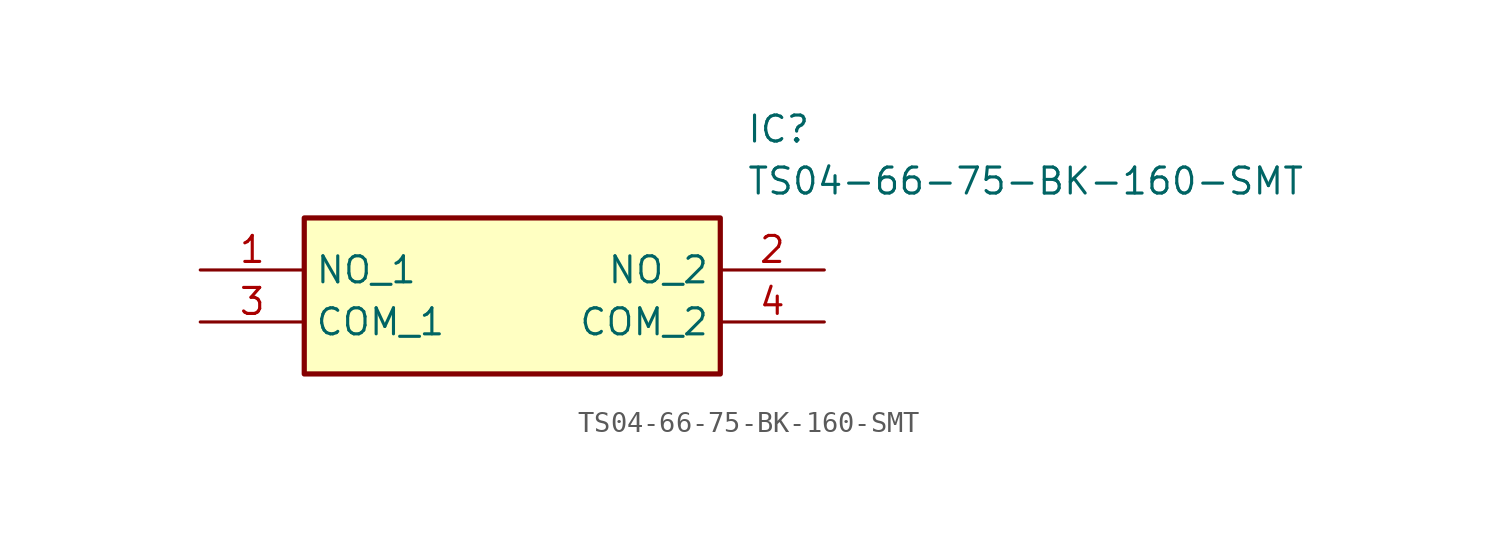
<source format=kicad_sym>
(kicad_symbol_lib
  (version 20211014)
  (generator SamacSys_ECAD_Model)
  (symbol "TS04-66-75-BK-160-SMT"
    (property "Reference" "IC"
      (at 26.67 7.62 0)
      (effects (font (size 1.27 1.27)) (justify left top)))
    (property "Value" "TS04-66-75-BK-160-SMT"
      (at 26.67 5.08 0)
      (effects (font (size 1.27 1.27)) (justify left top)))
    (rectangle
      (start 5.08 2.54)
      (end 25.4 -5.08)
      (stroke (width 0.254) (type default))
      (fill (type background)))
    (pin passive line
      (at 0 0 0)
      (length 5.08)
      (name "NO_1" (effects (font (size 1.27 1.27))))
      (number "1" (effects (font (size 1.27 1.27)))))
    (pin passive line
      (at 30.48 0 180)
      (length 5.08)
      (name "NO_2" (effects (font (size 1.27 1.27))))
      (number "2" (effects (font (size 1.27 1.27)))))
    (pin passive line
      (at 0 -2.54 0)
      (length 5.08)
      (name "COM_1" (effects (font (size 1.27 1.27))))
      (number "3" (effects (font (size 1.27 1.27)))))
    (pin passive line
      (at 30.48 -2.54 180)
      (length 5.08)
      (name "COM_2" (effects (font (size 1.27 1.27))))
      (number "4" (effects (font (size 1.27 1.27)))))))
</source>
